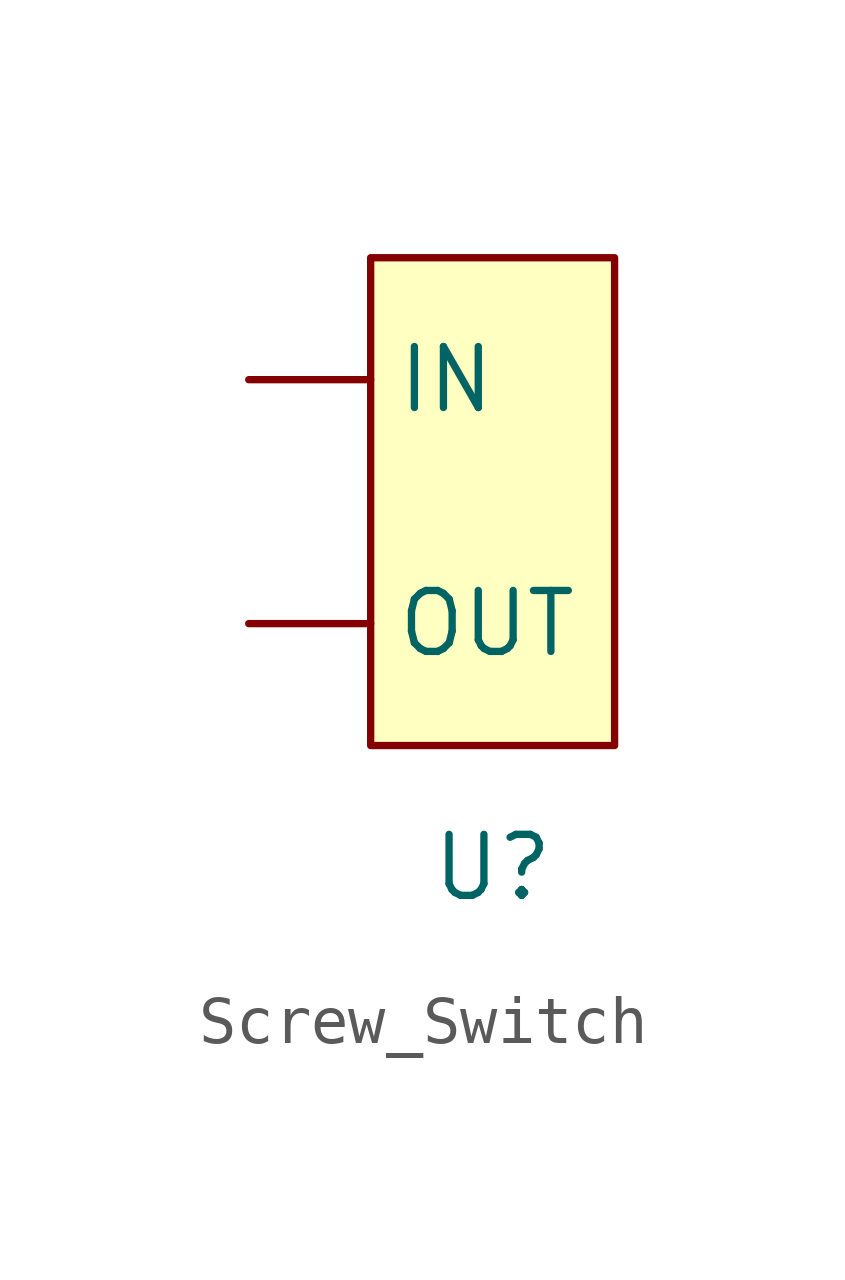
<source format=kicad_sym>
(kicad_symbol_lib
  (version 20220914)
  (generator kicad_symbol_editor)
  (symbol "Screw_Switch"
    (property "Reference" "U"
      (at 2.54 -2.54 0)
      (effects (font (size 1.27 1.27))))
    (property "Value" ""
      (at 0 0 0)
      (effects (font (size 1.27 1.27))))
    (symbol "Screw_Switch_1_1"
      (rectangle (start 0 10.16) (end 5.08 0) (stroke (width 0) (type default)) (fill (type background)))
      (pin power_out line (at -2.54 7.62 0) (length 2.54) (name "IN" (effects (font (size 1.27 1.27)))) (number "" (effects (font (size 1.27 1.27)))))
      (pin input line (at -2.54 2.54 0) (length 2.54) (name "OUT" (effects (font (size 1.27 1.27)))) (number "" (effects (font (size 1.27 1.27))))))))
</source>
